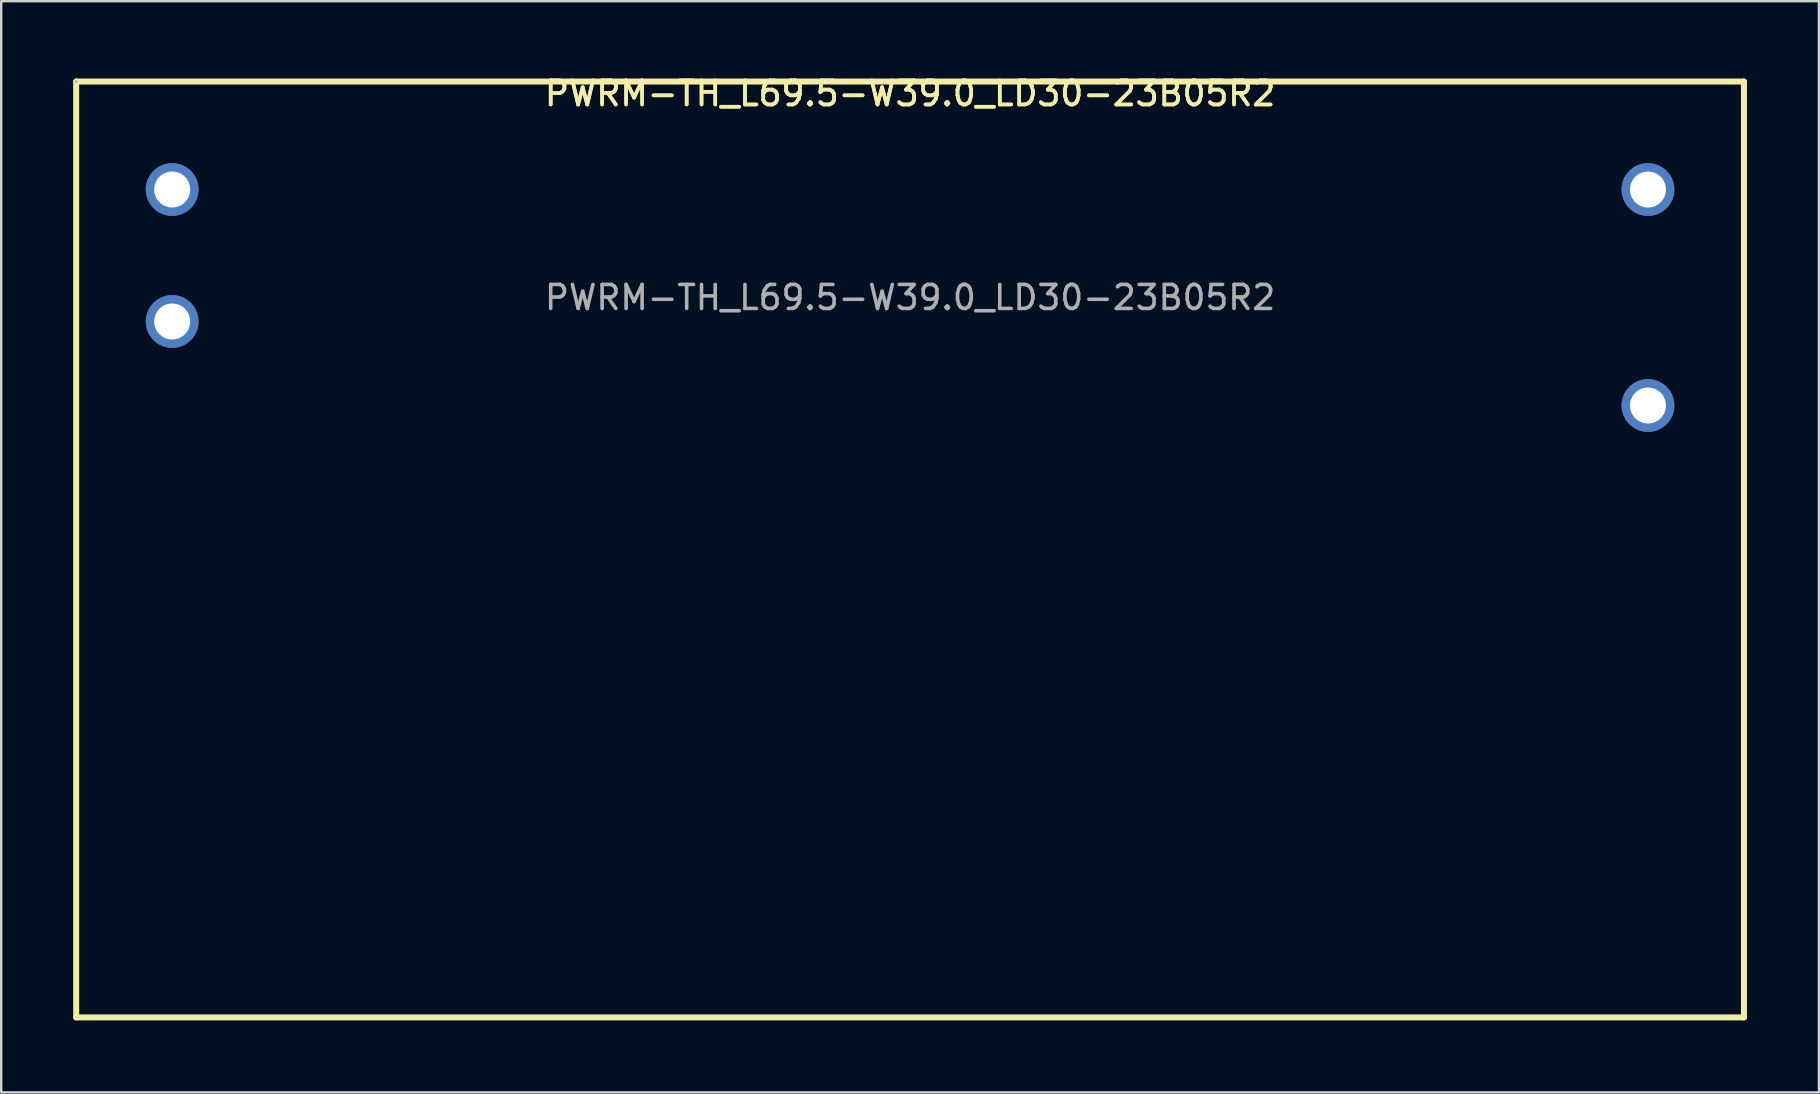
<source format=kicad_pcb>
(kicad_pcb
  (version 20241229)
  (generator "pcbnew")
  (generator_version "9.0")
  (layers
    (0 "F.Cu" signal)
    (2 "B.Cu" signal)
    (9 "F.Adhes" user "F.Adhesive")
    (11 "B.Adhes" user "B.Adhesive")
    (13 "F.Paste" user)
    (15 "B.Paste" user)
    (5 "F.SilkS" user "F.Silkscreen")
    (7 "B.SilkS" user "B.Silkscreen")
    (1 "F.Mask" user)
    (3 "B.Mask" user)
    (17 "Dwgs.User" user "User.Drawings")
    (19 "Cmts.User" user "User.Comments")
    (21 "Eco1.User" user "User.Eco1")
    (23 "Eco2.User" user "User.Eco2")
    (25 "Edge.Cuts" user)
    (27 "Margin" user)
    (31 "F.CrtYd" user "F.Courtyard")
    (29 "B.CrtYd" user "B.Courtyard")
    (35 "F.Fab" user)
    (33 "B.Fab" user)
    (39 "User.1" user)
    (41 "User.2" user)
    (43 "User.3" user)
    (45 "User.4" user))
  (footprint "PWRM-TH_L69.5-W39.0_LD30-23B05R2"
    (layer "F.Cu")
    (at 34.875 9.348)
    (property "Reference" "PWRM-TH_L69.5-W39.0_LD30-23B05R2" (at 0 -8.5 0) (layer "F.SilkS") (effects (font (size 1 1) (thickness 0.15))))
    (attr through_hole)
    (fp_line (start -34.75 -9) (end -34.75 30) (stroke (width 0.25) (type solid)) (layer "F.SilkS"))
    (fp_line (start -34.75 30) (end 34.75 30) (stroke (width 0.25) (type solid)) (layer "F.SilkS"))
    (fp_line (start 34.75 -9) (end -34.75 -9) (stroke (width 0.25) (type solid)) (layer "F.SilkS"))
    (fp_line (start 34.75 30) (end 34.75 -9) (stroke (width 0.25) (type solid)) (layer "F.SilkS"))
    (fp_circle (center -34.75 -9) (end -34.72 -9) (stroke (width 0.06) (type solid)) (fill no) (layer "F.Fab"))
    (fp_circle (center -30.75 -4.5) (end -30.49 -4.5) (stroke (width 0.52) (type solid)) (fill no) (layer "F.Fab"))
    (fp_circle (center -30.75 1) (end -30.49 1) (stroke (width 0.52) (type solid)) (fill no) (layer "F.Fab"))
    (fp_circle (center 30.75 -4.5) (end 31.01 -4.5) (stroke (width 0.52) (type solid)) (fill no) (layer "F.Fab"))
    (fp_circle (center 30.75 4.5) (end 31.01 4.5) (stroke (width 0.52) (type solid)) (fill no) (layer "F.Fab"))
    (fp_text user "${REFERENCE}" (at 0 -8.5 0) (layer "F.SilkS") (effects (font (size 1 1) (thickness 0.15))))
    (fp_text user "${REFERENCE}" (at 0 0 0) (layer "F.Fab") (effects (font (size 1 1) (thickness 0.15))))
    (pad "1" thru_hole circle (at -30.75 -4.5) (size 2.2 2.2) (drill 1.5) (layers "*.Cu" "*.Mask"))
    (pad "2" thru_hole circle (at -30.75 1) (size 2.2 2.2) (drill 1.5) (layers "*.Cu" "*.Mask"))
    (pad "3" thru_hole circle (at 30.75 4.5) (size 2.2 2.2) (drill 1.5) (layers "*.Cu" "*.Mask"))
    (pad "4" thru_hole circle (at 30.75 -4.5) (size 2.2 2.2) (drill 1.5) (layers "*.Cu" "*.Mask")))
  (gr_rect
    (start -3 -3)
    (end 72.75 42.473)
    (stroke (width 0.1) (type default))
    (fill no)
    (layer "Edge.Cuts")))
</source>
